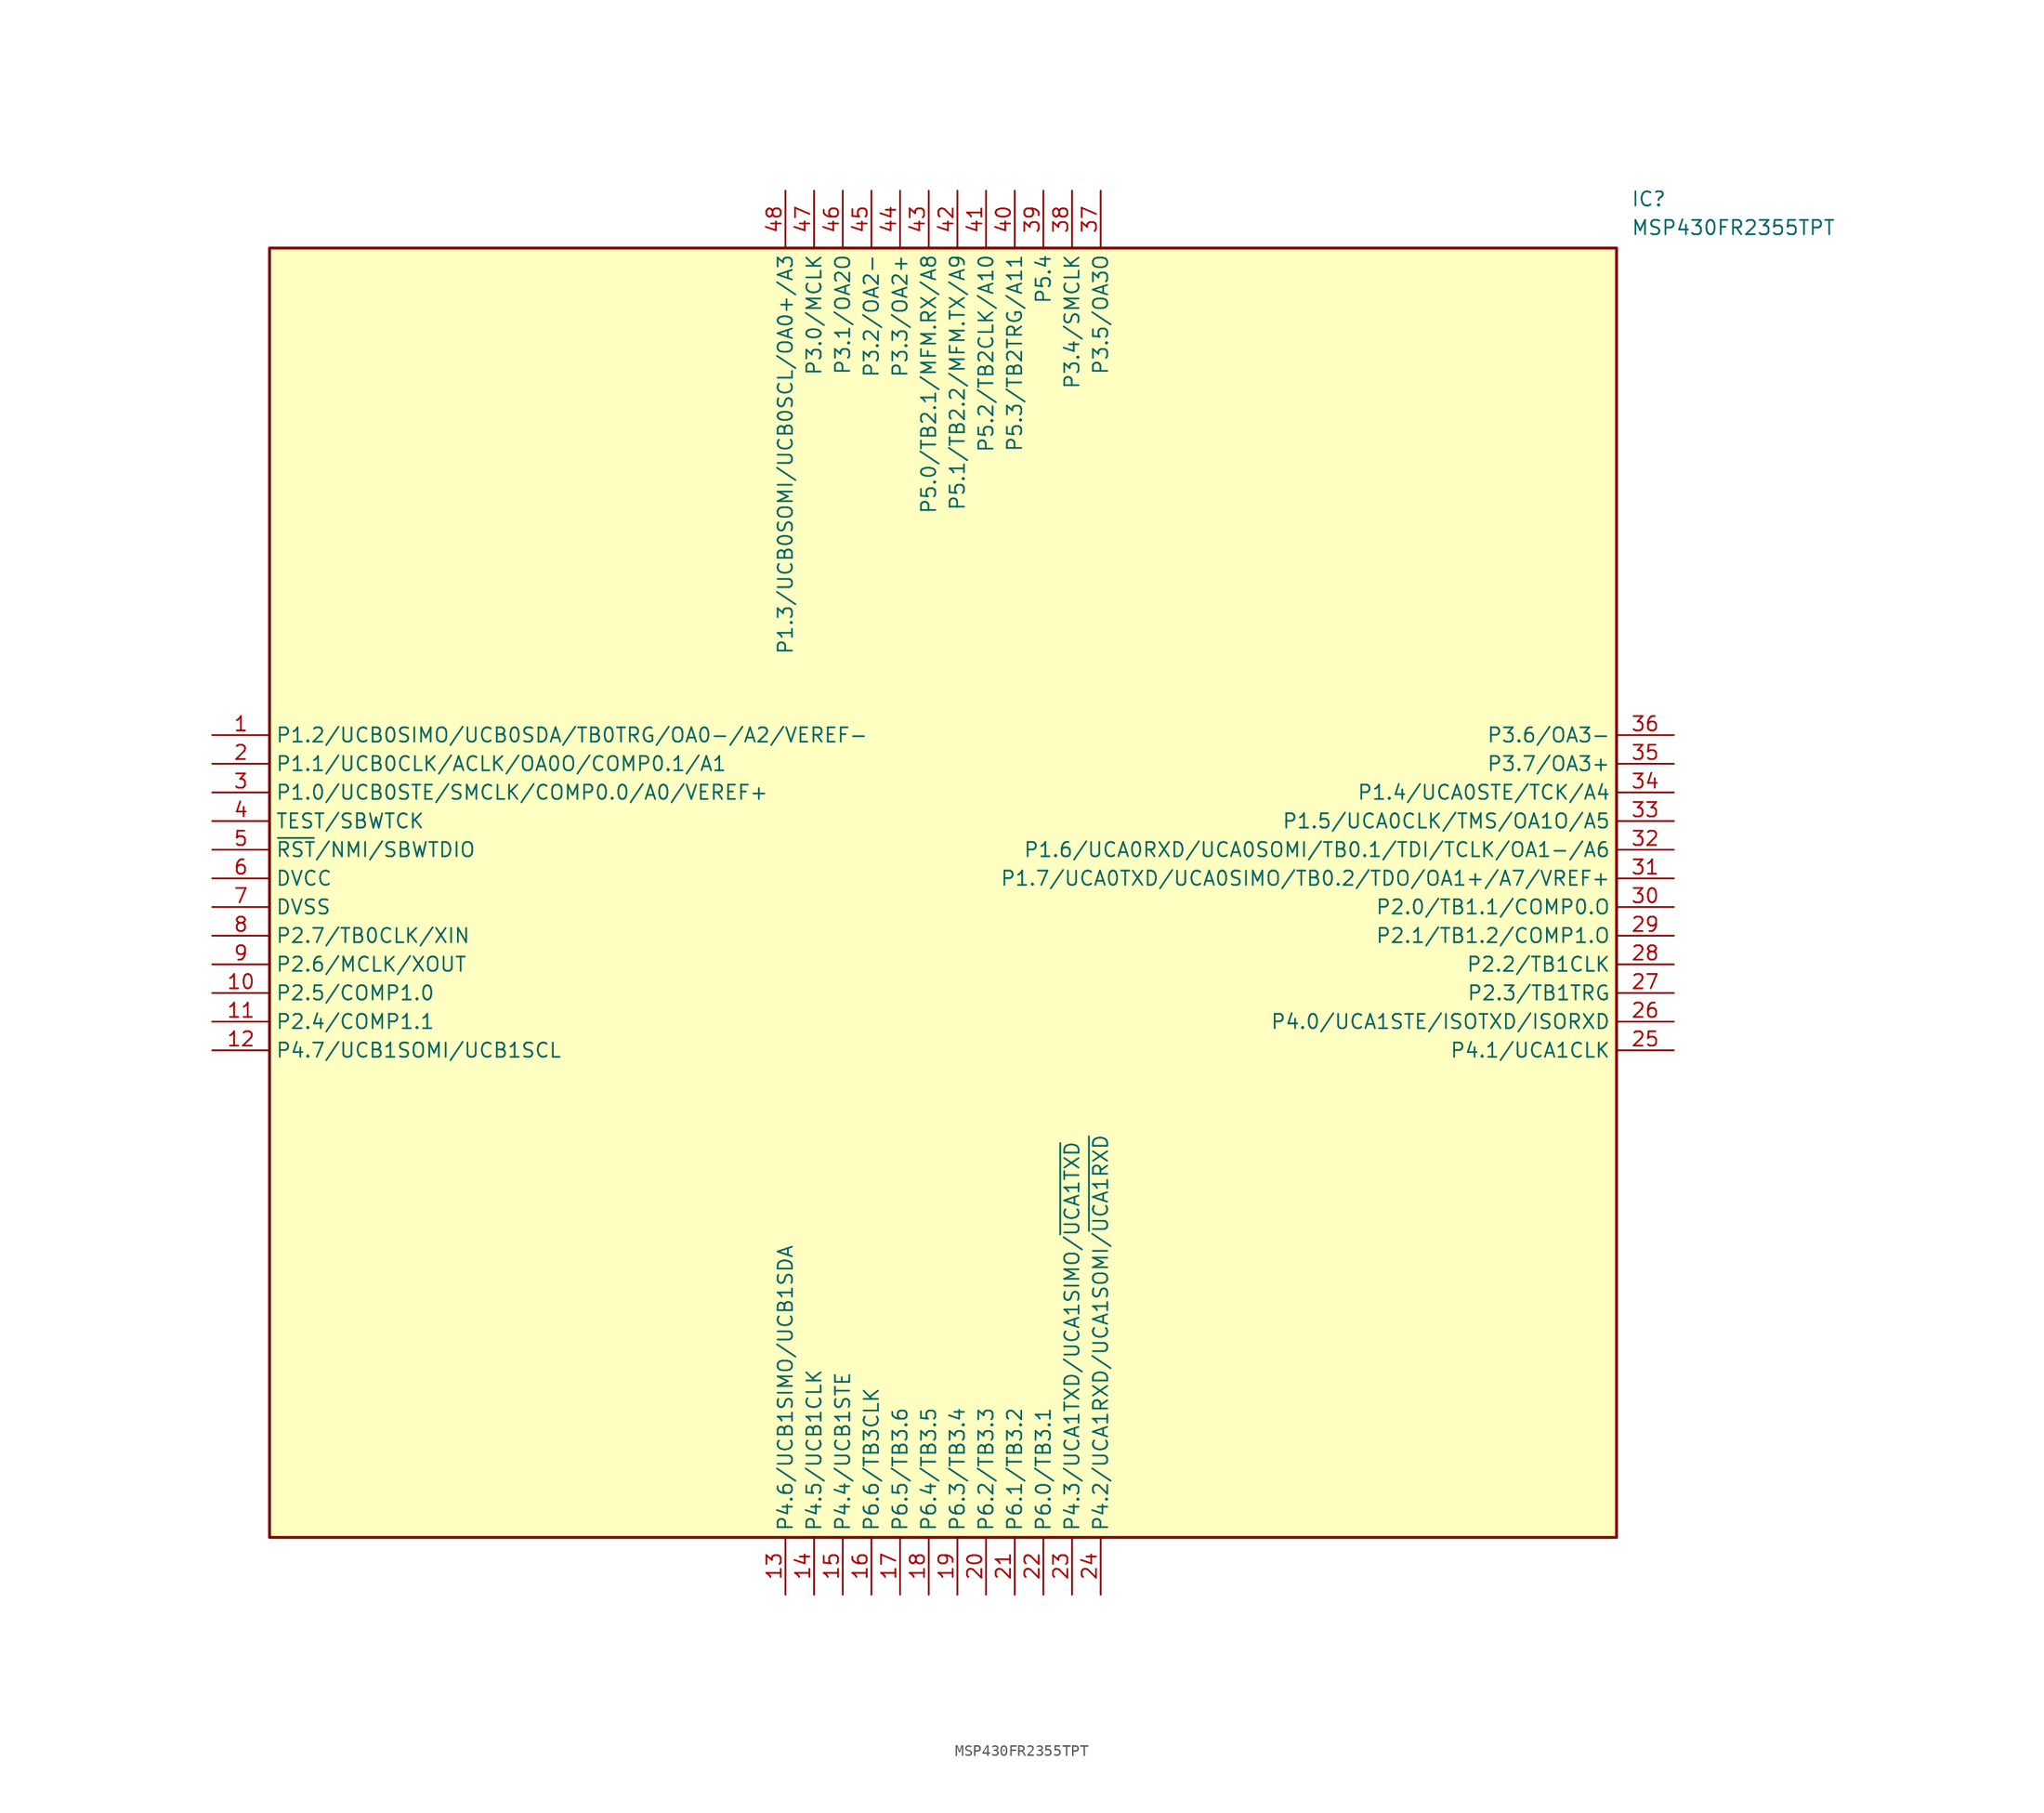
<source format=kicad_sym>
(kicad_symbol_lib
  (version 20220914)
  (generator kicad_symbol_editor)
  (symbol "MSP430FR2355TPT"
    (property "Reference" "IC"
      (at 125.73 48.26 0)
      (effects (font (size 1.27 1.27)) (justify left top)))
    (property "Value" "MSP430FR2355TPT"
      (at 125.73 45.72 0)
      (effects (font (size 1.27 1.27)) (justify left top)))
    (symbol "MSP430FR2355TPT_1_1"
      (rectangle (start 5.08 43.18) (end 124.46 -71.12) (stroke (width 0.254) (type default)) (fill (type background)))
      (pin passive line (at 0 0 0) (length 5.08) (name "P1.2/UCB0SIMO/UCB0SDA/TB0TRG/OA0-/A2/VEREF-" (effects (font (size 1.27 1.27)))) (number "1" (effects (font (size 1.27 1.27)))))
      (pin passive line (at 0 -22.86 0) (length 5.08) (name "P2.5/COMP1.0" (effects (font (size 1.27 1.27)))) (number "10" (effects (font (size 1.27 1.27)))))
      (pin passive line (at 0 -25.4 0) (length 5.08) (name "P2.4/COMP1.1" (effects (font (size 1.27 1.27)))) (number "11" (effects (font (size 1.27 1.27)))))
      (pin passive line (at 0 -27.94 0) (length 5.08) (name "P4.7/UCB1SOMI/UCB1SCL" (effects (font (size 1.27 1.27)))) (number "12" (effects (font (size 1.27 1.27)))))
      (pin passive line (at 50.8 -76.2 90) (length 5.08) (name "P4.6/UCB1SIMO/UCB1SDA" (effects (font (size 1.27 1.27)))) (number "13" (effects (font (size 1.27 1.27)))))
      (pin passive line (at 53.34 -76.2 90) (length 5.08) (name "P4.5/UCB1CLK" (effects (font (size 1.27 1.27)))) (number "14" (effects (font (size 1.27 1.27)))))
      (pin passive line (at 55.88 -76.2 90) (length 5.08) (name "P4.4/UCB1STE" (effects (font (size 1.27 1.27)))) (number "15" (effects (font (size 1.27 1.27)))))
      (pin passive line (at 58.42 -76.2 90) (length 5.08) (name "P6.6/TB3CLK" (effects (font (size 1.27 1.27)))) (number "16" (effects (font (size 1.27 1.27)))))
      (pin passive line (at 60.96 -76.2 90) (length 5.08) (name "P6.5/TB3.6" (effects (font (size 1.27 1.27)))) (number "17" (effects (font (size 1.27 1.27)))))
      (pin passive line (at 63.5 -76.2 90) (length 5.08) (name "P6.4/TB3.5" (effects (font (size 1.27 1.27)))) (number "18" (effects (font (size 1.27 1.27)))))
      (pin passive line (at 66.04 -76.2 90) (length 5.08) (name "P6.3/TB3.4" (effects (font (size 1.27 1.27)))) (number "19" (effects (font (size 1.27 1.27)))))
      (pin passive line (at 0 -2.54 0) (length 5.08) (name "P1.1/UCB0CLK/ACLK/OA0O/COMP0.1/A1" (effects (font (size 1.27 1.27)))) (number "2" (effects (font (size 1.27 1.27)))))
      (pin passive line (at 68.58 -76.2 90) (length 5.08) (name "P6.2/TB3.3" (effects (font (size 1.27 1.27)))) (number "20" (effects (font (size 1.27 1.27)))))
      (pin passive line (at 71.12 -76.2 90) (length 5.08) (name "P6.1/TB3.2" (effects (font (size 1.27 1.27)))) (number "21" (effects (font (size 1.27 1.27)))))
      (pin passive line (at 73.66 -76.2 90) (length 5.08) (name "P6.0/TB3.1" (effects (font (size 1.27 1.27)))) (number "22" (effects (font (size 1.27 1.27)))))
      (pin passive line (at 76.2 -76.2 90) (length 5.08) (name "P4.3/UCA1TXD/UCA1SIMO/~{UCA1TXD}" (effects (font (size 1.27 1.27)))) (number "23" (effects (font (size 1.27 1.27)))))
      (pin passive line (at 78.74 -76.2 90) (length 5.08) (name "P4.2/UCA1RXD/UCA1SOMI/~{UCA1RXD}" (effects (font (size 1.27 1.27)))) (number "24" (effects (font (size 1.27 1.27)))))
      (pin passive line (at 129.54 -27.94 180) (length 5.08) (name "P4.1/UCA1CLK" (effects (font (size 1.27 1.27)))) (number "25" (effects (font (size 1.27 1.27)))))
      (pin passive line (at 129.54 -25.4 180) (length 5.08) (name "P4.0/UCA1STE/ISOTXD/ISORXD" (effects (font (size 1.27 1.27)))) (number "26" (effects (font (size 1.27 1.27)))))
      (pin passive line (at 129.54 -22.86 180) (length 5.08) (name "P2.3/TB1TRG" (effects (font (size 1.27 1.27)))) (number "27" (effects (font (size 1.27 1.27)))))
      (pin passive line (at 129.54 -20.32 180) (length 5.08) (name "P2.2/TB1CLK" (effects (font (size 1.27 1.27)))) (number "28" (effects (font (size 1.27 1.27)))))
      (pin passive line (at 129.54 -17.78 180) (length 5.08) (name "P2.1/TB1.2/COMP1.O" (effects (font (size 1.27 1.27)))) (number "29" (effects (font (size 1.27 1.27)))))
      (pin passive line (at 0 -5.08 0) (length 5.08) (name "P1.0/UCB0STE/SMCLK/COMP0.0/A0/VEREF+" (effects (font (size 1.27 1.27)))) (number "3" (effects (font (size 1.27 1.27)))))
      (pin passive line (at 129.54 -15.24 180) (length 5.08) (name "P2.0/TB1.1/COMP0.O" (effects (font (size 1.27 1.27)))) (number "30" (effects (font (size 1.27 1.27)))))
      (pin passive line (at 129.54 -12.7 180) (length 5.08) (name "P1.7/UCA0TXD/UCA0SIMO/TB0.2/TDO/OA1+/A7/VREF+" (effects (font (size 1.27 1.27)))) (number "31" (effects (font (size 1.27 1.27)))))
      (pin passive line (at 129.54 -10.16 180) (length 5.08) (name "P1.6/UCA0RXD/UCA0SOMI/TB0.1/TDI/TCLK/OA1-/A6" (effects (font (size 1.27 1.27)))) (number "32" (effects (font (size 1.27 1.27)))))
      (pin passive line (at 129.54 -7.62 180) (length 5.08) (name "P1.5/UCA0CLK/TMS/OA1O/A5" (effects (font (size 1.27 1.27)))) (number "33" (effects (font (size 1.27 1.27)))))
      (pin passive line (at 129.54 -5.08 180) (length 5.08) (name "P1.4/UCA0STE/TCK/A4" (effects (font (size 1.27 1.27)))) (number "34" (effects (font (size 1.27 1.27)))))
      (pin passive line (at 129.54 -2.54 180) (length 5.08) (name "P3.7/OA3+" (effects (font (size 1.27 1.27)))) (number "35" (effects (font (size 1.27 1.27)))))
      (pin passive line (at 129.54 0 180) (length 5.08) (name "P3.6/OA3-" (effects (font (size 1.27 1.27)))) (number "36" (effects (font (size 1.27 1.27)))))
      (pin passive line (at 78.74 48.26 270) (length 5.08) (name "P3.5/OA3O" (effects (font (size 1.27 1.27)))) (number "37" (effects (font (size 1.27 1.27)))))
      (pin passive line (at 76.2 48.26 270) (length 5.08) (name "P3.4/SMCLK" (effects (font (size 1.27 1.27)))) (number "38" (effects (font (size 1.27 1.27)))))
      (pin passive line (at 73.66 48.26 270) (length 5.08) (name "P5.4" (effects (font (size 1.27 1.27)))) (number "39" (effects (font (size 1.27 1.27)))))
      (pin passive line (at 0 -7.62 0) (length 5.08) (name "TEST/SBWTCK" (effects (font (size 1.27 1.27)))) (number "4" (effects (font (size 1.27 1.27)))))
      (pin passive line (at 71.12 48.26 270) (length 5.08) (name "P5.3/TB2TRG/A11" (effects (font (size 1.27 1.27)))) (number "40" (effects (font (size 1.27 1.27)))))
      (pin passive line (at 68.58 48.26 270) (length 5.08) (name "P5.2/TB2CLK/A10" (effects (font (size 1.27 1.27)))) (number "41" (effects (font (size 1.27 1.27)))))
      (pin passive line (at 66.04 48.26 270) (length 5.08) (name "P5.1/TB2.2/MFM.TX/A9" (effects (font (size 1.27 1.27)))) (number "42" (effects (font (size 1.27 1.27)))))
      (pin passive line (at 63.5 48.26 270) (length 5.08) (name "P5.0/TB2.1/MFM.RX/A8" (effects (font (size 1.27 1.27)))) (number "43" (effects (font (size 1.27 1.27)))))
      (pin passive line (at 60.96 48.26 270) (length 5.08) (name "P3.3/OA2+" (effects (font (size 1.27 1.27)))) (number "44" (effects (font (size 1.27 1.27)))))
      (pin passive line (at 58.42 48.26 270) (length 5.08) (name "P3.2/OA2-" (effects (font (size 1.27 1.27)))) (number "45" (effects (font (size 1.27 1.27)))))
      (pin passive line (at 55.88 48.26 270) (length 5.08) (name "P3.1/OA2O" (effects (font (size 1.27 1.27)))) (number "46" (effects (font (size 1.27 1.27)))))
      (pin passive line (at 53.34 48.26 270) (length 5.08) (name "P3.0/MCLK" (effects (font (size 1.27 1.27)))) (number "47" (effects (font (size 1.27 1.27)))))
      (pin passive line (at 50.8 48.26 270) (length 5.08) (name "P1.3/UCB0SOMI/UCB0SCL/OA0+/A3" (effects (font (size 1.27 1.27)))) (number "48" (effects (font (size 1.27 1.27)))))
      (pin passive line (at 0 -10.16 0) (length 5.08) (name "~{RST}/NMI/SBWTDIO" (effects (font (size 1.27 1.27)))) (number "5" (effects (font (size 1.27 1.27)))))
      (pin passive line (at 0 -12.7 0) (length 5.08) (name "DVCC" (effects (font (size 1.27 1.27)))) (number "6" (effects (font (size 1.27 1.27)))))
      (pin passive line (at 0 -15.24 0) (length 5.08) (name "DVSS" (effects (font (size 1.27 1.27)))) (number "7" (effects (font (size 1.27 1.27)))))
      (pin passive line (at 0 -17.78 0) (length 5.08) (name "P2.7/TB0CLK/XIN" (effects (font (size 1.27 1.27)))) (number "8" (effects (font (size 1.27 1.27)))))
      (pin passive line (at 0 -20.32 0) (length 5.08) (name "P2.6/MCLK/XOUT" (effects (font (size 1.27 1.27)))) (number "9" (effects (font (size 1.27 1.27))))))))
</source>
